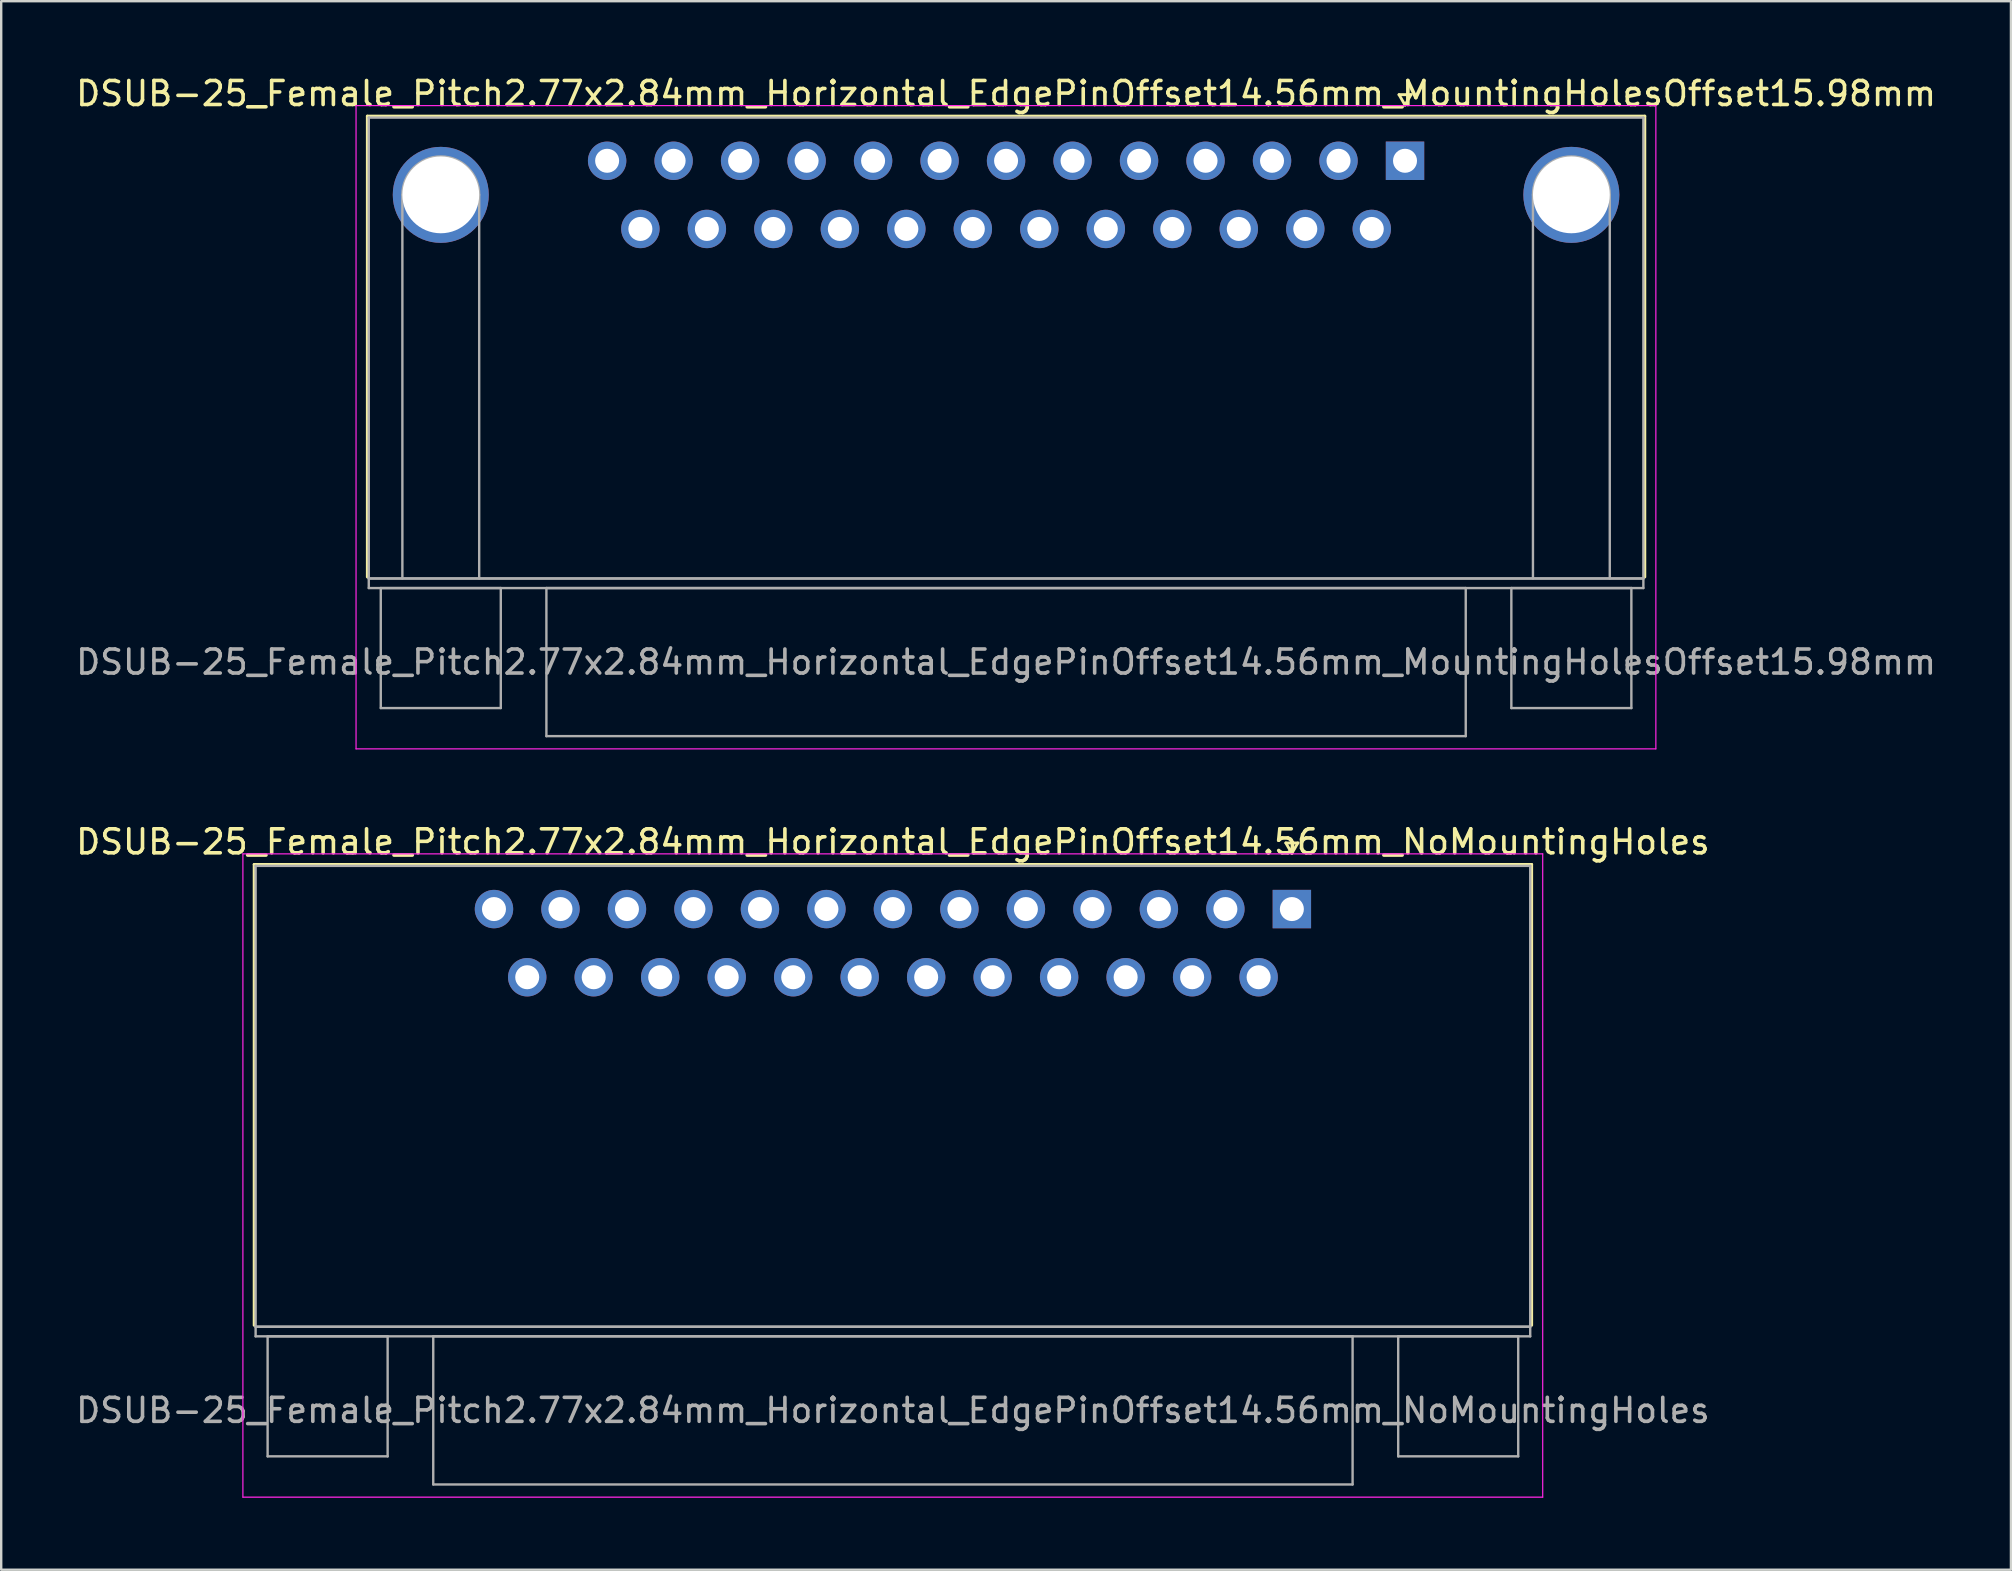
<source format=kicad_pcb>
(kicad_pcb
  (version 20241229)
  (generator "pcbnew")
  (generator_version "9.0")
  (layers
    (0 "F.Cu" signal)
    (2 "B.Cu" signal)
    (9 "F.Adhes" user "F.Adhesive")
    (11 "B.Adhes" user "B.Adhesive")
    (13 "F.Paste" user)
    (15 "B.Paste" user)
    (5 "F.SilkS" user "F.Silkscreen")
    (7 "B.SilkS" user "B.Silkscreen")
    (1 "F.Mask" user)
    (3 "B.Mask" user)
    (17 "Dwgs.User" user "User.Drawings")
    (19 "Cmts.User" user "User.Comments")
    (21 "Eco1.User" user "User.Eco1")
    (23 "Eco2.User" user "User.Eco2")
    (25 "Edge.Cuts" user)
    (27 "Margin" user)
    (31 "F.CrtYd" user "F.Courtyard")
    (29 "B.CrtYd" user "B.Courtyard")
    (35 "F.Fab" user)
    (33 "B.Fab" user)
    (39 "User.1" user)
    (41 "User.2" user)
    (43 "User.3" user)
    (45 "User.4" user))
  (footprint "DSUB-25_Female_Pitch2.77x2.84mm_Horizontal_EdgePinOffset14.56mm_MountingHolesOffset15.98mm"
    (layer "F.Cu")
    (at 55.483 3.648)
    (property "Reference" "DSUB-25_Female_Pitch2.77x2.84mm_Horizontal_EdgePinOffset14.56mm_MountingHolesOffset15.98mm" (at -16.62 -2.8 0) (layer "F.SilkS") (effects (font (size 1 1) (thickness 0.15))))
    (attr through_hole)
    (fp_line (start -43.23 -1.86) (end 9.99 -1.86) (stroke (width 0.12) (type solid)) (layer "F.SilkS"))
    (fp_line (start -43.23 17.34) (end -43.23 -1.86) (stroke (width 0.12) (type solid)) (layer "F.SilkS"))
    (fp_line (start -0.25 -2.754) (end 0.25 -2.754) (stroke (width 0.12) (type solid)) (layer "F.SilkS"))
    (fp_line (start 0 -2.321) (end -0.25 -2.754) (stroke (width 0.12) (type solid)) (layer "F.SilkS"))
    (fp_line (start 0.25 -2.754) (end 0 -2.321) (stroke (width 0.12) (type solid)) (layer "F.SilkS"))
    (fp_line (start 9.99 -1.86) (end 9.99 17.34) (stroke (width 0.12) (type solid)) (layer "F.SilkS"))
    (fp_line (start -43.7 -2.3) (end -43.7 24.5) (stroke (width 0.05) (type solid)) (layer "F.CrtYd"))
    (fp_line (start -43.7 24.5) (end 10.45 24.5) (stroke (width 0.05) (type solid)) (layer "F.CrtYd"))
    (fp_line (start 10.45 -2.3) (end -43.7 -2.3) (stroke (width 0.05) (type solid)) (layer "F.CrtYd"))
    (fp_line (start 10.45 24.5) (end 10.45 -2.3) (stroke (width 0.05) (type solid)) (layer "F.CrtYd"))
    (fp_line (start -43.17 -1.8) (end -43.17 17.4) (stroke (width 0.1) (type solid)) (layer "F.Fab"))
    (fp_line (start -43.17 17.4) (end -43.17 17.8) (stroke (width 0.1) (type solid)) (layer "F.Fab"))
    (fp_line (start -43.17 17.4) (end 9.93 17.4) (stroke (width 0.1) (type solid)) (layer "F.Fab"))
    (fp_line (start -43.17 17.8) (end 9.93 17.8) (stroke (width 0.1) (type solid)) (layer "F.Fab"))
    (fp_line (start -42.67 17.8) (end -42.67 22.8) (stroke (width 0.1) (type solid)) (layer "F.Fab"))
    (fp_line (start -42.67 22.8) (end -37.67 22.8) (stroke (width 0.1) (type solid)) (layer "F.Fab"))
    (fp_line (start -41.77 17.4) (end -41.77 1.42) (stroke (width 0.1) (type solid)) (layer "F.Fab"))
    (fp_line (start -38.57 17.4) (end -38.57 1.42) (stroke (width 0.1) (type solid)) (layer "F.Fab"))
    (fp_line (start -37.67 17.8) (end -42.67 17.8) (stroke (width 0.1) (type solid)) (layer "F.Fab"))
    (fp_line (start -37.67 22.8) (end -37.67 17.8) (stroke (width 0.1) (type solid)) (layer "F.Fab"))
    (fp_line (start -35.77 17.8) (end -35.77 23.97) (stroke (width 0.1) (type solid)) (layer "F.Fab"))
    (fp_line (start -35.77 23.97) (end 2.53 23.97) (stroke (width 0.1) (type solid)) (layer "F.Fab"))
    (fp_line (start 2.53 17.8) (end -35.77 17.8) (stroke (width 0.1) (type solid)) (layer "F.Fab"))
    (fp_line (start 2.53 23.97) (end 2.53 17.8) (stroke (width 0.1) (type solid)) (layer "F.Fab"))
    (fp_line (start 4.43 17.8) (end 4.43 22.8) (stroke (width 0.1) (type solid)) (layer "F.Fab"))
    (fp_line (start 4.43 22.8) (end 9.43 22.8) (stroke (width 0.1) (type solid)) (layer "F.Fab"))
    (fp_line (start 5.33 17.4) (end 5.33 1.42) (stroke (width 0.1) (type solid)) (layer "F.Fab"))
    (fp_line (start 8.53 17.4) (end 8.53 1.42) (stroke (width 0.1) (type solid)) (layer "F.Fab"))
    (fp_line (start 9.43 17.8) (end 4.43 17.8) (stroke (width 0.1) (type solid)) (layer "F.Fab"))
    (fp_line (start 9.43 22.8) (end 9.43 17.8) (stroke (width 0.1) (type solid)) (layer "F.Fab"))
    (fp_line (start 9.93 -1.8) (end -43.17 -1.8) (stroke (width 0.1) (type solid)) (layer "F.Fab"))
    (fp_line (start 9.93 17.4) (end -43.17 17.4) (stroke (width 0.1) (type solid)) (layer "F.Fab"))
    (fp_line (start 9.93 17.4) (end 9.93 -1.8) (stroke (width 0.1) (type solid)) (layer "F.Fab"))
    (fp_line (start 9.93 17.8) (end 9.93 17.4) (stroke (width 0.1) (type solid)) (layer "F.Fab"))
    (fp_arc (start -41.77 1.42) (mid -40.17 -0.18) (end -38.57 1.42) (stroke (width 0.1) (type solid)) (layer "F.Fab"))
    (fp_arc (start 5.33 1.42) (mid 6.93 -0.18) (end 8.53 1.42) (stroke (width 0.1) (type solid)) (layer "F.Fab"))
    (fp_text user "${REFERENCE}" (at -16.62 20.885 0) (layer "F.Fab") (effects (font (size 1 1) (thickness 0.15))))
    (pad "0" thru_hole circle (at -40.17 1.42) (size 4 4) (drill 3.2) (layers "*.Cu" "*.Mask"))
    (pad "0" thru_hole circle (at 6.93 1.42) (size 4 4) (drill 3.2) (layers "*.Cu" "*.Mask"))
    (pad "1" thru_hole rect (at 0 0) (size 1.6 1.6) (drill 1) (layers "*.Cu" "*.Mask"))
    (pad "2" thru_hole circle (at -2.77 0) (size 1.6 1.6) (drill 1) (layers "*.Cu" "*.Mask"))
    (pad "3" thru_hole circle (at -5.54 0) (size 1.6 1.6) (drill 1) (layers "*.Cu" "*.Mask"))
    (pad "4" thru_hole circle (at -8.31 0) (size 1.6 1.6) (drill 1) (layers "*.Cu" "*.Mask"))
    (pad "5" thru_hole circle (at -11.08 0) (size 1.6 1.6) (drill 1) (layers "*.Cu" "*.Mask"))
    (pad "6" thru_hole circle (at -13.85 0) (size 1.6 1.6) (drill 1) (layers "*.Cu" "*.Mask"))
    (pad "7" thru_hole circle (at -16.62 0) (size 1.6 1.6) (drill 1) (layers "*.Cu" "*.Mask"))
    (pad "8" thru_hole circle (at -19.39 0) (size 1.6 1.6) (drill 1) (layers "*.Cu" "*.Mask"))
    (pad "9" thru_hole circle (at -22.16 0) (size 1.6 1.6) (drill 1) (layers "*.Cu" "*.Mask"))
    (pad "10" thru_hole circle (at -24.93 0) (size 1.6 1.6) (drill 1) (layers "*.Cu" "*.Mask"))
    (pad "11" thru_hole circle (at -27.7 0) (size 1.6 1.6) (drill 1) (layers "*.Cu" "*.Mask"))
    (pad "12" thru_hole circle (at -30.47 0) (size 1.6 1.6) (drill 1) (layers "*.Cu" "*.Mask"))
    (pad "13" thru_hole circle (at -33.24 0) (size 1.6 1.6) (drill 1) (layers "*.Cu" "*.Mask"))
    (pad "14" thru_hole circle (at -1.385 2.84) (size 1.6 1.6) (drill 1) (layers "*.Cu" "*.Mask"))
    (pad "15" thru_hole circle (at -4.155 2.84) (size 1.6 1.6) (drill 1) (layers "*.Cu" "*.Mask"))
    (pad "16" thru_hole circle (at -6.925 2.84) (size 1.6 1.6) (drill 1) (layers "*.Cu" "*.Mask"))
    (pad "17" thru_hole circle (at -9.695 2.84) (size 1.6 1.6) (drill 1) (layers "*.Cu" "*.Mask"))
    (pad "18" thru_hole circle (at -12.465 2.84) (size 1.6 1.6) (drill 1) (layers "*.Cu" "*.Mask"))
    (pad "19" thru_hole circle (at -15.235 2.84) (size 1.6 1.6) (drill 1) (layers "*.Cu" "*.Mask"))
    (pad "20" thru_hole circle (at -18.005 2.84) (size 1.6 1.6) (drill 1) (layers "*.Cu" "*.Mask"))
    (pad "21" thru_hole circle (at -20.775 2.84) (size 1.6 1.6) (drill 1) (layers "*.Cu" "*.Mask"))
    (pad "22" thru_hole circle (at -23.545 2.84) (size 1.6 1.6) (drill 1) (layers "*.Cu" "*.Mask"))
    (pad "23" thru_hole circle (at -26.315 2.84) (size 1.6 1.6) (drill 1) (layers "*.Cu" "*.Mask"))
    (pad "24" thru_hole circle (at -29.085 2.84) (size 1.6 1.6) (drill 1) (layers "*.Cu" "*.Mask"))
    (pad "25" thru_hole circle (at -31.855 2.84) (size 1.6 1.6) (drill 1) (layers "*.Cu" "*.Mask")))
  (footprint "DSUB-25_Female_Pitch2.77x2.84mm_Horizontal_EdgePinOffset14.56mm_NoMountingHoles"
    (layer "F.Cu")
    (at 50.769 34.822)
    (property "Reference" "DSUB-25_Female_Pitch2.77x2.84mm_Horizontal_EdgePinOffset14.56mm_NoMountingHoles" (at -16.62 -2.8 0) (layer "F.SilkS") (effects (font (size 1 1) (thickness 0.15))))
    (attr through_hole)
    (fp_line (start -43.23 -1.86) (end 9.99 -1.86) (stroke (width 0.12) (type solid)) (layer "F.SilkS"))
    (fp_line (start -43.23 17.34) (end -43.23 -1.86) (stroke (width 0.12) (type solid)) (layer "F.SilkS"))
    (fp_line (start -0.25 -2.754) (end 0.25 -2.754) (stroke (width 0.12) (type solid)) (layer "F.SilkS"))
    (fp_line (start 0 -2.321) (end -0.25 -2.754) (stroke (width 0.12) (type solid)) (layer "F.SilkS"))
    (fp_line (start 0.25 -2.754) (end 0 -2.321) (stroke (width 0.12) (type solid)) (layer "F.SilkS"))
    (fp_line (start 9.99 -1.86) (end 9.99 17.34) (stroke (width 0.12) (type solid)) (layer "F.SilkS"))
    (fp_line (start -43.7 -2.3) (end -43.7 24.5) (stroke (width 0.05) (type solid)) (layer "F.CrtYd"))
    (fp_line (start -43.7 24.5) (end 10.45 24.5) (stroke (width 0.05) (type solid)) (layer "F.CrtYd"))
    (fp_line (start 10.45 -2.3) (end -43.7 -2.3) (stroke (width 0.05) (type solid)) (layer "F.CrtYd"))
    (fp_line (start 10.45 24.5) (end 10.45 -2.3) (stroke (width 0.05) (type solid)) (layer "F.CrtYd"))
    (fp_line (start -43.17 -1.8) (end -43.17 17.4) (stroke (width 0.1) (type solid)) (layer "F.Fab"))
    (fp_line (start -43.17 17.4) (end -43.17 17.8) (stroke (width 0.1) (type solid)) (layer "F.Fab"))
    (fp_line (start -43.17 17.4) (end 9.93 17.4) (stroke (width 0.1) (type solid)) (layer "F.Fab"))
    (fp_line (start -43.17 17.8) (end 9.93 17.8) (stroke (width 0.1) (type solid)) (layer "F.Fab"))
    (fp_line (start -42.67 17.8) (end -42.67 22.8) (stroke (width 0.1) (type solid)) (layer "F.Fab"))
    (fp_line (start -42.67 22.8) (end -37.67 22.8) (stroke (width 0.1) (type solid)) (layer "F.Fab"))
    (fp_line (start -37.67 17.8) (end -42.67 17.8) (stroke (width 0.1) (type solid)) (layer "F.Fab"))
    (fp_line (start -37.67 22.8) (end -37.67 17.8) (stroke (width 0.1) (type solid)) (layer "F.Fab"))
    (fp_line (start -35.77 17.8) (end -35.77 23.97) (stroke (width 0.1) (type solid)) (layer "F.Fab"))
    (fp_line (start -35.77 23.97) (end 2.53 23.97) (stroke (width 0.1) (type solid)) (layer "F.Fab"))
    (fp_line (start 2.53 17.8) (end -35.77 17.8) (stroke (width 0.1) (type solid)) (layer "F.Fab"))
    (fp_line (start 2.53 23.97) (end 2.53 17.8) (stroke (width 0.1) (type solid)) (layer "F.Fab"))
    (fp_line (start 4.43 17.8) (end 4.43 22.8) (stroke (width 0.1) (type solid)) (layer "F.Fab"))
    (fp_line (start 4.43 22.8) (end 9.43 22.8) (stroke (width 0.1) (type solid)) (layer "F.Fab"))
    (fp_line (start 9.43 17.8) (end 4.43 17.8) (stroke (width 0.1) (type solid)) (layer "F.Fab"))
    (fp_line (start 9.43 22.8) (end 9.43 17.8) (stroke (width 0.1) (type solid)) (layer "F.Fab"))
    (fp_line (start 9.93 -1.8) (end -43.17 -1.8) (stroke (width 0.1) (type solid)) (layer "F.Fab"))
    (fp_line (start 9.93 17.4) (end -43.17 17.4) (stroke (width 0.1) (type solid)) (layer "F.Fab"))
    (fp_line (start 9.93 17.4) (end 9.93 -1.8) (stroke (width 0.1) (type solid)) (layer "F.Fab"))
    (fp_line (start 9.93 17.8) (end 9.93 17.4) (stroke (width 0.1) (type solid)) (layer "F.Fab"))
    (fp_text user "${REFERENCE}" (at -16.62 20.885 0) (layer "F.Fab") (effects (font (size 1 1) (thickness 0.15))))
    (pad "1" thru_hole rect (at 0 0) (size 1.6 1.6) (drill 1) (layers "*.Cu" "*.Mask"))
    (pad "2" thru_hole circle (at -2.77 0) (size 1.6 1.6) (drill 1) (layers "*.Cu" "*.Mask"))
    (pad "3" thru_hole circle (at -5.54 0) (size 1.6 1.6) (drill 1) (layers "*.Cu" "*.Mask"))
    (pad "4" thru_hole circle (at -8.31 0) (size 1.6 1.6) (drill 1) (layers "*.Cu" "*.Mask"))
    (pad "5" thru_hole circle (at -11.08 0) (size 1.6 1.6) (drill 1) (layers "*.Cu" "*.Mask"))
    (pad "6" thru_hole circle (at -13.85 0) (size 1.6 1.6) (drill 1) (layers "*.Cu" "*.Mask"))
    (pad "7" thru_hole circle (at -16.62 0) (size 1.6 1.6) (drill 1) (layers "*.Cu" "*.Mask"))
    (pad "8" thru_hole circle (at -19.39 0) (size 1.6 1.6) (drill 1) (layers "*.Cu" "*.Mask"))
    (pad "9" thru_hole circle (at -22.16 0) (size 1.6 1.6) (drill 1) (layers "*.Cu" "*.Mask"))
    (pad "10" thru_hole circle (at -24.93 0) (size 1.6 1.6) (drill 1) (layers "*.Cu" "*.Mask"))
    (pad "11" thru_hole circle (at -27.7 0) (size 1.6 1.6) (drill 1) (layers "*.Cu" "*.Mask"))
    (pad "12" thru_hole circle (at -30.47 0) (size 1.6 1.6) (drill 1) (layers "*.Cu" "*.Mask"))
    (pad "13" thru_hole circle (at -33.24 0) (size 1.6 1.6) (drill 1) (layers "*.Cu" "*.Mask"))
    (pad "14" thru_hole circle (at -1.385 2.84) (size 1.6 1.6) (drill 1) (layers "*.Cu" "*.Mask"))
    (pad "15" thru_hole circle (at -4.155 2.84) (size 1.6 1.6) (drill 1) (layers "*.Cu" "*.Mask"))
    (pad "16" thru_hole circle (at -6.925 2.84) (size 1.6 1.6) (drill 1) (layers "*.Cu" "*.Mask"))
    (pad "17" thru_hole circle (at -9.695 2.84) (size 1.6 1.6) (drill 1) (layers "*.Cu" "*.Mask"))
    (pad "18" thru_hole circle (at -12.465 2.84) (size 1.6 1.6) (drill 1) (layers "*.Cu" "*.Mask"))
    (pad "19" thru_hole circle (at -15.235 2.84) (size 1.6 1.6) (drill 1) (layers "*.Cu" "*.Mask"))
    (pad "20" thru_hole circle (at -18.005 2.84) (size 1.6 1.6) (drill 1) (layers "*.Cu" "*.Mask"))
    (pad "21" thru_hole circle (at -20.775 2.84) (size 1.6 1.6) (drill 1) (layers "*.Cu" "*.Mask"))
    (pad "22" thru_hole circle (at -23.545 2.84) (size 1.6 1.6) (drill 1) (layers "*.Cu" "*.Mask"))
    (pad "23" thru_hole circle (at -26.315 2.84) (size 1.6 1.6) (drill 1) (layers "*.Cu" "*.Mask"))
    (pad "24" thru_hole circle (at -29.085 2.84) (size 1.6 1.6) (drill 1) (layers "*.Cu" "*.Mask"))
    (pad "25" thru_hole circle (at -31.855 2.84) (size 1.6 1.6) (drill 1) (layers "*.Cu" "*.Mask")))
  (gr_rect
    (start -3 -3)
    (end 80.726 62.346)
    (stroke (width 0.1) (type default))
    (fill no)
    (layer "Edge.Cuts")))
</source>
